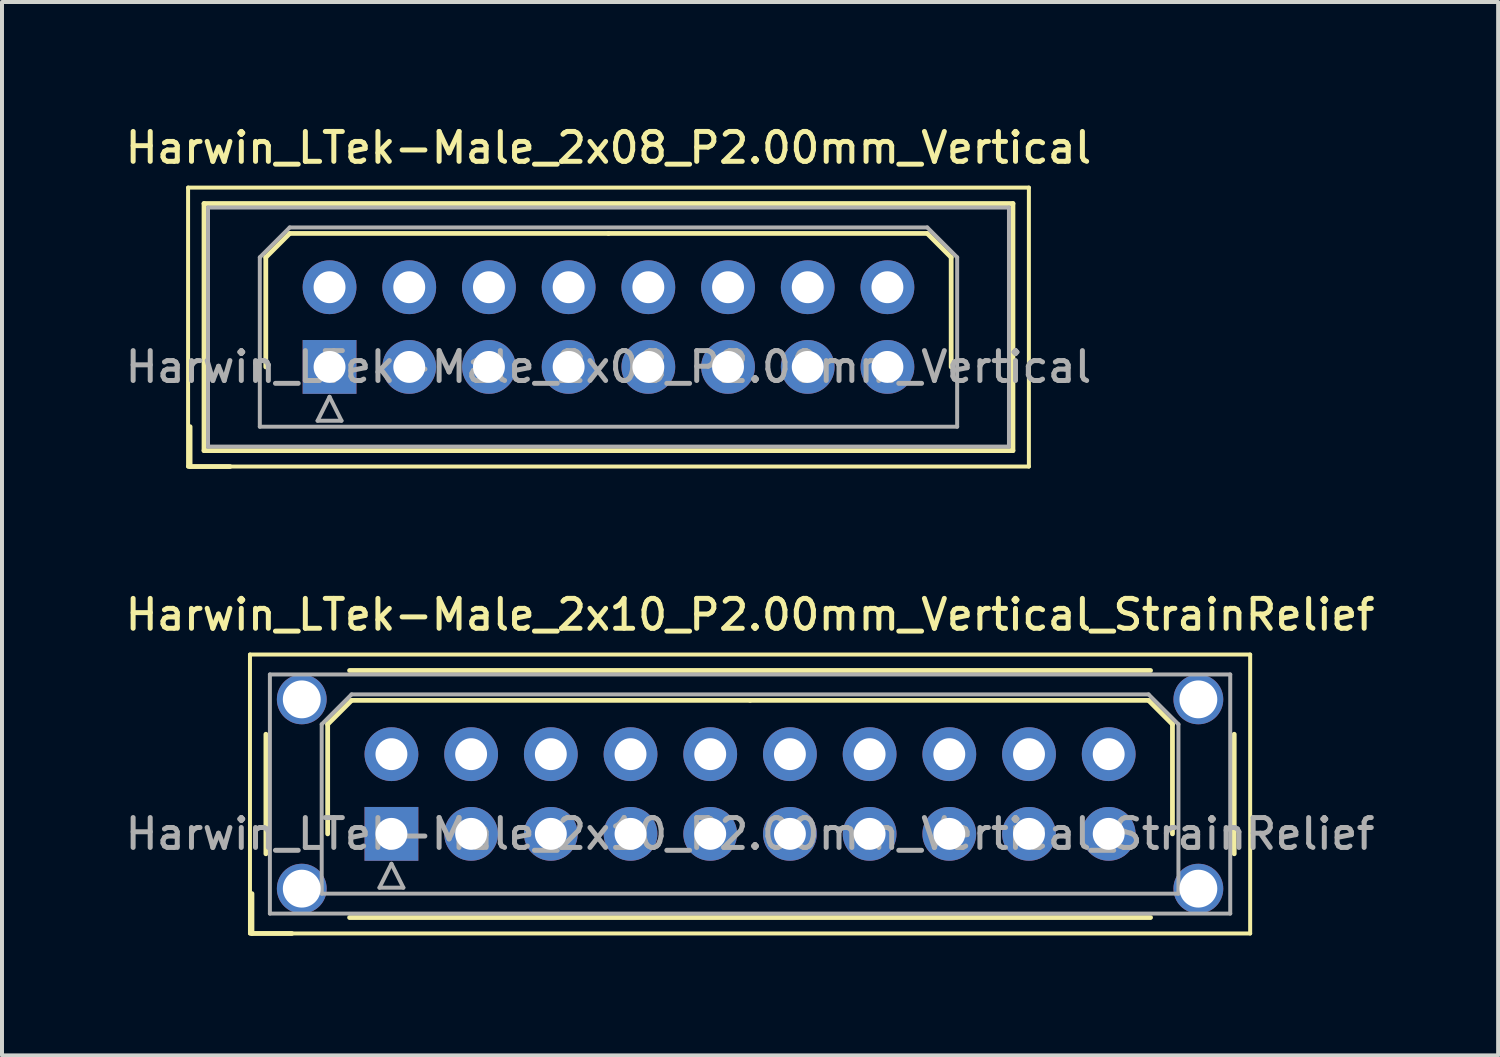
<source format=kicad_pcb>
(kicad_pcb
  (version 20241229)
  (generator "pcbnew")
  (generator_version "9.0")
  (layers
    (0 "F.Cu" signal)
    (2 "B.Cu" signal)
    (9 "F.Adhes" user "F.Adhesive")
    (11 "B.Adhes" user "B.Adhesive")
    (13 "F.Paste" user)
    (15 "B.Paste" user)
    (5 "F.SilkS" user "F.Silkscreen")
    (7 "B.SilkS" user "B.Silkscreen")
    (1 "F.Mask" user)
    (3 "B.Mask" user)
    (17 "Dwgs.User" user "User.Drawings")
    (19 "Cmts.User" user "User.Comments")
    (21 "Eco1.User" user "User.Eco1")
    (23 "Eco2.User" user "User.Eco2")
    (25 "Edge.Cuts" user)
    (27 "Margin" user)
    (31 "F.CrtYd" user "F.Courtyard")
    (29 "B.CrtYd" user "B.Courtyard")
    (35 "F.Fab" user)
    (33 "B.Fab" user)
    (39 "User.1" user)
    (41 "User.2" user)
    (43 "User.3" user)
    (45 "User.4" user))
  (footprint "Harwin_LTek-Male_2x08_P2.00mm_Vertical"
    (layer "F.Cu")
    (at 5.22 6.158)
    (property "Reference" "Harwin_LTek-Male_2x08_P2.00mm_Vertical" (at 7 -5.5 0) (layer "F.SilkS") (effects (font (size 0.75 0.75) (thickness 0.125))))
    (attr through_hole)
    (fp_line (start -3.55 -4.5) (end -3.55 2.5) (stroke (width 0.1) (type solid)) (layer "F.SilkS"))
    (fp_line (start -3.55 2.5) (end 17.55 2.5) (stroke (width 0.1) (type solid)) (layer "F.SilkS"))
    (fp_line (start -3.5 1.5) (end -3.5 2.5) (stroke (width 0.12) (type solid)) (layer "F.SilkS"))
    (fp_line (start -3.5 2.5) (end -2.5 2.5) (stroke (width 0.12) (type solid)) (layer "F.SilkS"))
    (fp_line (start -3.15 -4.1) (end -3.15 2.1) (stroke (width 0.12) (type solid)) (layer "F.SilkS"))
    (fp_line (start -3.15 2.1) (end 17.15 2.1) (stroke (width 0.12) (type solid)) (layer "F.SilkS"))
    (fp_line (start -1.6 -2.75) (end -1 -3.35) (stroke (width 0.12) (type solid)) (layer "F.SilkS"))
    (fp_line (start -1.6 0) (end -1.6 -2.75) (stroke (width 0.12) (type solid)) (layer "F.SilkS"))
    (fp_line (start -1 -3.35) (end 7 -3.35) (stroke (width 0.12) (type solid)) (layer "F.SilkS"))
    (fp_line (start 15 -3.35) (end 7 -3.35) (stroke (width 0.12) (type solid)) (layer "F.SilkS"))
    (fp_line (start 15.6 -2.75) (end 15 -3.35) (stroke (width 0.12) (type solid)) (layer "F.SilkS"))
    (fp_line (start 15.6 0) (end 15.6 -2.75) (stroke (width 0.12) (type solid)) (layer "F.SilkS"))
    (fp_line (start 17.15 -4.1) (end -3.15 -4.1) (stroke (width 0.12) (type solid)) (layer "F.SilkS"))
    (fp_line (start 17.15 2.1) (end 17.15 -4.1) (stroke (width 0.12) (type solid)) (layer "F.SilkS"))
    (fp_line (start 17.55 -4.5) (end -3.55 -4.5) (stroke (width 0.1) (type solid)) (layer "F.SilkS"))
    (fp_line (start 17.55 2.5) (end 17.55 -4.5) (stroke (width 0.1) (type solid)) (layer "F.SilkS"))
    (fp_line (start -3.05 -4) (end -3.05 2) (stroke (width 0.1) (type solid)) (layer "F.Fab"))
    (fp_line (start -3.05 2) (end 17.05 2) (stroke (width 0.1) (type solid)) (layer "F.Fab"))
    (fp_line (start -1.75 -2.75) (end -1 -3.5) (stroke (width 0.1) (type solid)) (layer "F.Fab"))
    (fp_line (start -1.75 1.5) (end -1.75 -2.75) (stroke (width 0.1) (type solid)) (layer "F.Fab"))
    (fp_line (start -1 -3.5) (end 15 -3.5) (stroke (width 0.1) (type solid)) (layer "F.Fab"))
    (fp_line (start -0.3 1.35) (end 0.3 1.35) (stroke (width 0.1) (type solid)) (layer "F.Fab"))
    (fp_line (start 0 0.75) (end -0.3 1.35) (stroke (width 0.1) (type solid)) (layer "F.Fab"))
    (fp_line (start 0.3 1.35) (end 0 0.75) (stroke (width 0.1) (type solid)) (layer "F.Fab"))
    (fp_line (start 15 -3.5) (end 15.75 -2.75) (stroke (width 0.1) (type solid)) (layer "F.Fab"))
    (fp_line (start 15.75 -2.75) (end 15.75 1.5) (stroke (width 0.1) (type solid)) (layer "F.Fab"))
    (fp_line (start 15.75 1.5) (end -1.75 1.5) (stroke (width 0.1) (type solid)) (layer "F.Fab"))
    (fp_line (start 17.05 -4) (end -3.05 -4) (stroke (width 0.1) (type solid)) (layer "F.Fab"))
    (fp_line (start 17.05 2) (end 17.05 -4) (stroke (width 0.1) (type solid)) (layer "F.Fab"))
    (fp_text user "${REFERENCE}" (at 7 0 0) (layer "F.Fab") (effects (font (size 0.75 0.75) (thickness 0.125))))
    (pad "1" thru_hole rect (at 0 0) (size 1.35 1.35) (drill 0.8) (layers "*.Cu" "*.Mask"))
    (pad "2" thru_hole circle (at 0 -2) (size 1.35 1.35) (drill 0.8) (layers "*.Cu" "*.Mask"))
    (pad "3" thru_hole circle (at 2 0) (size 1.35 1.35) (drill 0.8) (layers "*.Cu" "*.Mask"))
    (pad "4" thru_hole circle (at 2 -2) (size 1.35 1.35) (drill 0.8) (layers "*.Cu" "*.Mask"))
    (pad "5" thru_hole circle (at 4 0) (size 1.35 1.35) (drill 0.8) (layers "*.Cu" "*.Mask"))
    (pad "6" thru_hole circle (at 4 -2) (size 1.35 1.35) (drill 0.8) (layers "*.Cu" "*.Mask"))
    (pad "7" thru_hole circle (at 6 0) (size 1.35 1.35) (drill 0.8) (layers "*.Cu" "*.Mask"))
    (pad "8" thru_hole circle (at 6 -2) (size 1.35 1.35) (drill 0.8) (layers "*.Cu" "*.Mask"))
    (pad "9" thru_hole circle (at 8 0) (size 1.35 1.35) (drill 0.8) (layers "*.Cu" "*.Mask"))
    (pad "10" thru_hole circle (at 8 -2) (size 1.35 1.35) (drill 0.8) (layers "*.Cu" "*.Mask"))
    (pad "11" thru_hole circle (at 10 0) (size 1.35 1.35) (drill 0.8) (layers "*.Cu" "*.Mask"))
    (pad "12" thru_hole circle (at 10 -2) (size 1.35 1.35) (drill 0.8) (layers "*.Cu" "*.Mask"))
    (pad "13" thru_hole circle (at 12 0) (size 1.35 1.35) (drill 0.8) (layers "*.Cu" "*.Mask"))
    (pad "14" thru_hole circle (at 12 -2) (size 1.35 1.35) (drill 0.8) (layers "*.Cu" "*.Mask"))
    (pad "15" thru_hole circle (at 14 0) (size 1.35 1.35) (drill 0.8) (layers "*.Cu" "*.Mask"))
    (pad "16" thru_hole circle (at 14 -2) (size 1.35 1.35) (drill 0.8) (layers "*.Cu" "*.Mask")))
  (footprint "Harwin_LTek-Male_2x10_P2.00mm_Vertical_StrainRelief"
    (layer "F.Cu")
    (at 6.773 17.876)
    (property "Reference" "Harwin_LTek-Male_2x10_P2.00mm_Vertical_StrainRelief" (at 9 -5.5 0) (layer "F.SilkS") (effects (font (size 0.75 0.75) (thickness 0.125))))
    (attr through_hole)
    (fp_line (start -3.55 -4.5) (end -3.55 2.5) (stroke (width 0.1) (type solid)) (layer "F.SilkS"))
    (fp_line (start -3.55 2.5) (end 21.55 2.5) (stroke (width 0.1) (type solid)) (layer "F.SilkS"))
    (fp_line (start -3.5 1.5) (end -3.5 2.5) (stroke (width 0.12) (type solid)) (layer "F.SilkS"))
    (fp_line (start -3.5 2.5) (end -2.5 2.5) (stroke (width 0.12) (type solid)) (layer "F.SilkS"))
    (fp_line (start -3.15 -2.5) (end -3.15 0.5) (stroke (width 0.12) (type solid)) (layer "F.SilkS"))
    (fp_line (start -1.6 -2.75) (end -1 -3.35) (stroke (width 0.12) (type solid)) (layer "F.SilkS"))
    (fp_line (start -1.6 0) (end -1.6 -2.75) (stroke (width 0.12) (type solid)) (layer "F.SilkS"))
    (fp_line (start -1.05 -4.1) (end 19.05 -4.1) (stroke (width 0.12) (type solid)) (layer "F.SilkS"))
    (fp_line (start -1.05 2.1) (end 19.05 2.1) (stroke (width 0.12) (type solid)) (layer "F.SilkS"))
    (fp_line (start -1 -3.35) (end 9 -3.35) (stroke (width 0.12) (type solid)) (layer "F.SilkS"))
    (fp_line (start 19 -3.35) (end 9 -3.35) (stroke (width 0.12) (type solid)) (layer "F.SilkS"))
    (fp_line (start 19.6 -2.75) (end 19 -3.35) (stroke (width 0.12) (type solid)) (layer "F.SilkS"))
    (fp_line (start 19.6 0) (end 19.6 -2.75) (stroke (width 0.12) (type solid)) (layer "F.SilkS"))
    (fp_line (start 21.15 -2.5) (end 21.15 0.5) (stroke (width 0.12) (type solid)) (layer "F.SilkS"))
    (fp_line (start 21.55 -4.5) (end -3.55 -4.5) (stroke (width 0.1) (type solid)) (layer "F.SilkS"))
    (fp_line (start 21.55 2.5) (end 21.55 -4.5) (stroke (width 0.1) (type solid)) (layer "F.SilkS"))
    (fp_line (start -3.05 -4) (end -3.05 2) (stroke (width 0.1) (type solid)) (layer "F.Fab"))
    (fp_line (start -3.05 2) (end 21.05 2) (stroke (width 0.1) (type solid)) (layer "F.Fab"))
    (fp_line (start -1.75 -2.75) (end -1 -3.5) (stroke (width 0.1) (type solid)) (layer "F.Fab"))
    (fp_line (start -1.75 1.5) (end -1.75 -2.75) (stroke (width 0.1) (type solid)) (layer "F.Fab"))
    (fp_line (start -1 -3.5) (end 19 -3.5) (stroke (width 0.1) (type solid)) (layer "F.Fab"))
    (fp_line (start -0.3 1.35) (end 0.3 1.35) (stroke (width 0.1) (type solid)) (layer "F.Fab"))
    (fp_line (start 0 0.75) (end -0.3 1.35) (stroke (width 0.1) (type solid)) (layer "F.Fab"))
    (fp_line (start 0.3 1.35) (end 0 0.75) (stroke (width 0.1) (type solid)) (layer "F.Fab"))
    (fp_line (start 19 -3.5) (end 19.75 -2.75) (stroke (width 0.1) (type solid)) (layer "F.Fab"))
    (fp_line (start 19.75 -2.75) (end 19.75 1.5) (stroke (width 0.1) (type solid)) (layer "F.Fab"))
    (fp_line (start 19.75 1.5) (end -1.75 1.5) (stroke (width 0.1) (type solid)) (layer "F.Fab"))
    (fp_line (start 21.05 -4) (end -3.05 -4) (stroke (width 0.1) (type solid)) (layer "F.Fab"))
    (fp_line (start 21.05 2) (end 21.05 -4) (stroke (width 0.1) (type solid)) (layer "F.Fab"))
    (fp_text user "${REFERENCE}" (at 9 0 0) (layer "F.Fab") (effects (font (size 0.75 0.75) (thickness 0.125))))
    (pad "" thru_hole circle (at -2.25 -3.375) (size 1.25 1.25) (drill 0.95) (layers "*.Cu" "*.Mask"))
    (pad "" thru_hole circle (at -2.25 1.375) (size 1.25 1.25) (drill 0.95) (layers "*.Cu" "*.Mask"))
    (pad "" thru_hole circle (at 20.25 -3.375) (size 1.25 1.25) (drill 0.95) (layers "*.Cu" "*.Mask"))
    (pad "" thru_hole circle (at 20.25 1.375) (size 1.25 1.25) (drill 0.95) (layers "*.Cu" "*.Mask"))
    (pad "1" thru_hole rect (at 0 0) (size 1.35 1.35) (drill 0.8) (layers "*.Cu" "*.Mask"))
    (pad "2" thru_hole circle (at 0 -2) (size 1.35 1.35) (drill 0.8) (layers "*.Cu" "*.Mask"))
    (pad "3" thru_hole circle (at 2 0) (size 1.35 1.35) (drill 0.8) (layers "*.Cu" "*.Mask"))
    (pad "4" thru_hole circle (at 2 -2) (size 1.35 1.35) (drill 0.8) (layers "*.Cu" "*.Mask"))
    (pad "5" thru_hole circle (at 4 0) (size 1.35 1.35) (drill 0.8) (layers "*.Cu" "*.Mask"))
    (pad "6" thru_hole circle (at 4 -2) (size 1.35 1.35) (drill 0.8) (layers "*.Cu" "*.Mask"))
    (pad "7" thru_hole circle (at 6 0) (size 1.35 1.35) (drill 0.8) (layers "*.Cu" "*.Mask"))
    (pad "8" thru_hole circle (at 6 -2) (size 1.35 1.35) (drill 0.8) (layers "*.Cu" "*.Mask"))
    (pad "9" thru_hole circle (at 8 0) (size 1.35 1.35) (drill 0.8) (layers "*.Cu" "*.Mask"))
    (pad "10" thru_hole circle (at 8 -2) (size 1.35 1.35) (drill 0.8) (layers "*.Cu" "*.Mask"))
    (pad "11" thru_hole circle (at 10 0) (size 1.35 1.35) (drill 0.8) (layers "*.Cu" "*.Mask"))
    (pad "12" thru_hole circle (at 10 -2) (size 1.35 1.35) (drill 0.8) (layers "*.Cu" "*.Mask"))
    (pad "13" thru_hole circle (at 12 0) (size 1.35 1.35) (drill 0.8) (layers "*.Cu" "*.Mask"))
    (pad "14" thru_hole circle (at 12 -2) (size 1.35 1.35) (drill 0.8) (layers "*.Cu" "*.Mask"))
    (pad "15" thru_hole circle (at 14 0) (size 1.35 1.35) (drill 0.8) (layers "*.Cu" "*.Mask"))
    (pad "16" thru_hole circle (at 14 -2) (size 1.35 1.35) (drill 0.8) (layers "*.Cu" "*.Mask"))
    (pad "17" thru_hole circle (at 16 0) (size 1.35 1.35) (drill 0.8) (layers "*.Cu" "*.Mask"))
    (pad "18" thru_hole circle (at 16 -2) (size 1.35 1.35) (drill 0.8) (layers "*.Cu" "*.Mask"))
    (pad "19" thru_hole circle (at 18 0) (size 1.35 1.35) (drill 0.8) (layers "*.Cu" "*.Mask"))
    (pad "20" thru_hole circle (at 18 -2) (size 1.35 1.35) (drill 0.8) (layers "*.Cu" "*.Mask")))
  (gr_rect
    (start -3 -3)
    (end 34.546 23.436)
    (stroke (width 0.1) (type default))
    (fill no)
    (layer "Edge.Cuts")))
</source>
